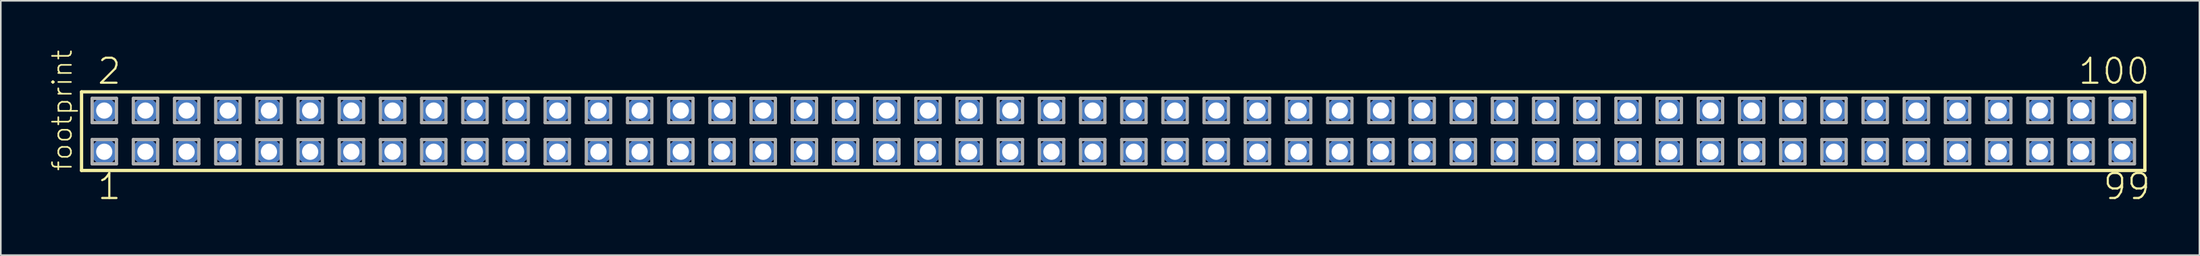
<source format=kicad_pcb>
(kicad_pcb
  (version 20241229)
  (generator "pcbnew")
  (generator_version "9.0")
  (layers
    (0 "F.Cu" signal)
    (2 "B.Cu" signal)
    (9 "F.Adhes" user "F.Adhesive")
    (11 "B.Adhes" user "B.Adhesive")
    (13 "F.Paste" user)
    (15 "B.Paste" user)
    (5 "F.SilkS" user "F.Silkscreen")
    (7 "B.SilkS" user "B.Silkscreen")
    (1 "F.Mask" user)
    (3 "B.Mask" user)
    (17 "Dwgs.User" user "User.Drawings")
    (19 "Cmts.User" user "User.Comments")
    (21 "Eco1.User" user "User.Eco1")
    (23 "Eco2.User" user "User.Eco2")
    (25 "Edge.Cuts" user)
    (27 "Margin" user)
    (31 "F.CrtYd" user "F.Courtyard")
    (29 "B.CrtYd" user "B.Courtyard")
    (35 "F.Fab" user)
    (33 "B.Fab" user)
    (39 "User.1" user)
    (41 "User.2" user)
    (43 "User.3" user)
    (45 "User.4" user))
  (footprint "footprint"
    (layer "F.Cu")
    (at 65.608 5.042)
    (property "Reference" "footprint" (at -64.135 2.54 90) (layer "F.SilkS") (effects (font (size 1.168 1.168) (thickness 0.102)) (justify left bottom)))
    (fp_line (start -63.629 -2.425) (end 63.629 -2.425) (stroke (width 0.203) (type solid)) (layer "F.SilkS"))
    (fp_line (start -63.629 2.425) (end -63.629 -2.425) (stroke (width 0.203) (type solid)) (layer "F.SilkS"))
    (fp_line (start 63.629 -2.425) (end 63.629 2.425) (stroke (width 0.203) (type solid)) (layer "F.SilkS"))
    (fp_line (start 63.629 2.425) (end -63.629 2.425) (stroke (width 0.203) (type solid)) (layer "F.SilkS"))
    (fp_line (start -62.975 -2.025) (end -61.475 -2.025) (stroke (width 0.203) (type solid)) (layer "F.Fab"))
    (fp_line (start -62.975 -0.525) (end -62.975 -2.025) (stroke (width 0.203) (type solid)) (layer "F.Fab"))
    (fp_line (start -62.975 0.515) (end -61.475 0.515) (stroke (width 0.203) (type solid)) (layer "F.Fab"))
    (fp_line (start -62.975 2.015) (end -62.975 0.515) (stroke (width 0.203) (type solid)) (layer "F.Fab"))
    (fp_line (start -61.475 -2.025) (end -61.475 -0.525) (stroke (width 0.203) (type solid)) (layer "F.Fab"))
    (fp_line (start -61.475 -0.525) (end -62.975 -0.525) (stroke (width 0.203) (type solid)) (layer "F.Fab"))
    (fp_line (start -61.475 0.515) (end -61.475 2.015) (stroke (width 0.203) (type solid)) (layer "F.Fab"))
    (fp_line (start -61.475 2.015) (end -62.975 2.015) (stroke (width 0.203) (type solid)) (layer "F.Fab"))
    (fp_line (start -60.435 -2.025) (end -58.935 -2.025) (stroke (width 0.203) (type solid)) (layer "F.Fab"))
    (fp_line (start -60.435 -0.525) (end -60.435 -2.025) (stroke (width 0.203) (type solid)) (layer "F.Fab"))
    (fp_line (start -60.435 0.515) (end -58.935 0.515) (stroke (width 0.203) (type solid)) (layer "F.Fab"))
    (fp_line (start -60.435 2.015) (end -60.435 0.515) (stroke (width 0.203) (type solid)) (layer "F.Fab"))
    (fp_line (start -58.935 -2.025) (end -58.935 -0.525) (stroke (width 0.203) (type solid)) (layer "F.Fab"))
    (fp_line (start -58.935 -0.525) (end -60.435 -0.525) (stroke (width 0.203) (type solid)) (layer "F.Fab"))
    (fp_line (start -58.935 0.515) (end -58.935 2.015) (stroke (width 0.203) (type solid)) (layer "F.Fab"))
    (fp_line (start -58.935 2.015) (end -60.435 2.015) (stroke (width 0.203) (type solid)) (layer "F.Fab"))
    (fp_line (start -57.895 -2.025) (end -56.395 -2.025) (stroke (width 0.203) (type solid)) (layer "F.Fab"))
    (fp_line (start -57.895 -0.525) (end -57.895 -2.025) (stroke (width 0.203) (type solid)) (layer "F.Fab"))
    (fp_line (start -57.895 0.515) (end -56.395 0.515) (stroke (width 0.203) (type solid)) (layer "F.Fab"))
    (fp_line (start -57.895 2.015) (end -57.895 0.515) (stroke (width 0.203) (type solid)) (layer "F.Fab"))
    (fp_line (start -56.395 -2.025) (end -56.395 -0.525) (stroke (width 0.203) (type solid)) (layer "F.Fab"))
    (fp_line (start -56.395 -0.525) (end -57.895 -0.525) (stroke (width 0.203) (type solid)) (layer "F.Fab"))
    (fp_line (start -56.395 0.515) (end -56.395 2.015) (stroke (width 0.203) (type solid)) (layer "F.Fab"))
    (fp_line (start -56.395 2.015) (end -57.895 2.015) (stroke (width 0.203) (type solid)) (layer "F.Fab"))
    (fp_line (start -55.355 -2.025) (end -53.855 -2.025) (stroke (width 0.203) (type solid)) (layer "F.Fab"))
    (fp_line (start -55.355 -0.525) (end -55.355 -2.025) (stroke (width 0.203) (type solid)) (layer "F.Fab"))
    (fp_line (start -55.355 0.515) (end -53.855 0.515) (stroke (width 0.203) (type solid)) (layer "F.Fab"))
    (fp_line (start -55.355 2.015) (end -55.355 0.515) (stroke (width 0.203) (type solid)) (layer "F.Fab"))
    (fp_line (start -53.855 -2.025) (end -53.855 -0.525) (stroke (width 0.203) (type solid)) (layer "F.Fab"))
    (fp_line (start -53.855 -0.525) (end -55.355 -0.525) (stroke (width 0.203) (type solid)) (layer "F.Fab"))
    (fp_line (start -53.855 0.515) (end -53.855 2.015) (stroke (width 0.203) (type solid)) (layer "F.Fab"))
    (fp_line (start -53.855 2.015) (end -55.355 2.015) (stroke (width 0.203) (type solid)) (layer "F.Fab"))
    (fp_line (start -52.815 -2.025) (end -51.315 -2.025) (stroke (width 0.203) (type solid)) (layer "F.Fab"))
    (fp_line (start -52.815 -0.525) (end -52.815 -2.025) (stroke (width 0.203) (type solid)) (layer "F.Fab"))
    (fp_line (start -52.815 0.515) (end -51.315 0.515) (stroke (width 0.203) (type solid)) (layer "F.Fab"))
    (fp_line (start -52.815 2.015) (end -52.815 0.515) (stroke (width 0.203) (type solid)) (layer "F.Fab"))
    (fp_line (start -51.315 -2.025) (end -51.315 -0.525) (stroke (width 0.203) (type solid)) (layer "F.Fab"))
    (fp_line (start -51.315 -0.525) (end -52.815 -0.525) (stroke (width 0.203) (type solid)) (layer "F.Fab"))
    (fp_line (start -51.315 0.515) (end -51.315 2.015) (stroke (width 0.203) (type solid)) (layer "F.Fab"))
    (fp_line (start -51.315 2.015) (end -52.815 2.015) (stroke (width 0.203) (type solid)) (layer "F.Fab"))
    (fp_line (start -50.275 -2.025) (end -48.775 -2.025) (stroke (width 0.203) (type solid)) (layer "F.Fab"))
    (fp_line (start -50.275 -0.525) (end -50.275 -2.025) (stroke (width 0.203) (type solid)) (layer "F.Fab"))
    (fp_line (start -50.275 0.515) (end -48.775 0.515) (stroke (width 0.203) (type solid)) (layer "F.Fab"))
    (fp_line (start -50.275 2.015) (end -50.275 0.515) (stroke (width 0.203) (type solid)) (layer "F.Fab"))
    (fp_line (start -48.775 -2.025) (end -48.775 -0.525) (stroke (width 0.203) (type solid)) (layer "F.Fab"))
    (fp_line (start -48.775 -0.525) (end -50.275 -0.525) (stroke (width 0.203) (type solid)) (layer "F.Fab"))
    (fp_line (start -48.775 0.515) (end -48.775 2.015) (stroke (width 0.203) (type solid)) (layer "F.Fab"))
    (fp_line (start -48.775 2.015) (end -50.275 2.015) (stroke (width 0.203) (type solid)) (layer "F.Fab"))
    (fp_line (start -47.735 -2.025) (end -46.235 -2.025) (stroke (width 0.203) (type solid)) (layer "F.Fab"))
    (fp_line (start -47.735 -0.525) (end -47.735 -2.025) (stroke (width 0.203) (type solid)) (layer "F.Fab"))
    (fp_line (start -47.735 0.515) (end -46.235 0.515) (stroke (width 0.203) (type solid)) (layer "F.Fab"))
    (fp_line (start -47.735 2.015) (end -47.735 0.515) (stroke (width 0.203) (type solid)) (layer "F.Fab"))
    (fp_line (start -46.235 -2.025) (end -46.235 -0.525) (stroke (width 0.203) (type solid)) (layer "F.Fab"))
    (fp_line (start -46.235 -0.525) (end -47.735 -0.525) (stroke (width 0.203) (type solid)) (layer "F.Fab"))
    (fp_line (start -46.235 0.515) (end -46.235 2.015) (stroke (width 0.203) (type solid)) (layer "F.Fab"))
    (fp_line (start -46.235 2.015) (end -47.735 2.015) (stroke (width 0.203) (type solid)) (layer "F.Fab"))
    (fp_line (start -45.195 -2.025) (end -43.695 -2.025) (stroke (width 0.203) (type solid)) (layer "F.Fab"))
    (fp_line (start -45.195 -0.525) (end -45.195 -2.025) (stroke (width 0.203) (type solid)) (layer "F.Fab"))
    (fp_line (start -45.195 0.515) (end -43.695 0.515) (stroke (width 0.203) (type solid)) (layer "F.Fab"))
    (fp_line (start -45.195 2.015) (end -45.195 0.515) (stroke (width 0.203) (type solid)) (layer "F.Fab"))
    (fp_line (start -43.695 -2.025) (end -43.695 -0.525) (stroke (width 0.203) (type solid)) (layer "F.Fab"))
    (fp_line (start -43.695 -0.525) (end -45.195 -0.525) (stroke (width 0.203) (type solid)) (layer "F.Fab"))
    (fp_line (start -43.695 0.515) (end -43.695 2.015) (stroke (width 0.203) (type solid)) (layer "F.Fab"))
    (fp_line (start -43.695 2.015) (end -45.195 2.015) (stroke (width 0.203) (type solid)) (layer "F.Fab"))
    (fp_line (start -42.655 -2.025) (end -41.155 -2.025) (stroke (width 0.203) (type solid)) (layer "F.Fab"))
    (fp_line (start -42.655 -0.525) (end -42.655 -2.025) (stroke (width 0.203) (type solid)) (layer "F.Fab"))
    (fp_line (start -42.655 0.515) (end -41.155 0.515) (stroke (width 0.203) (type solid)) (layer "F.Fab"))
    (fp_line (start -42.655 2.015) (end -42.655 0.515) (stroke (width 0.203) (type solid)) (layer "F.Fab"))
    (fp_line (start -41.155 -2.025) (end -41.155 -0.525) (stroke (width 0.203) (type solid)) (layer "F.Fab"))
    (fp_line (start -41.155 -0.525) (end -42.655 -0.525) (stroke (width 0.203) (type solid)) (layer "F.Fab"))
    (fp_line (start -41.155 0.515) (end -41.155 2.015) (stroke (width 0.203) (type solid)) (layer "F.Fab"))
    (fp_line (start -41.155 2.015) (end -42.655 2.015) (stroke (width 0.203) (type solid)) (layer "F.Fab"))
    (fp_line (start -40.115 -2.025) (end -38.615 -2.025) (stroke (width 0.203) (type solid)) (layer "F.Fab"))
    (fp_line (start -40.115 -0.525) (end -40.115 -2.025) (stroke (width 0.203) (type solid)) (layer "F.Fab"))
    (fp_line (start -40.115 0.515) (end -38.615 0.515) (stroke (width 0.203) (type solid)) (layer "F.Fab"))
    (fp_line (start -40.115 2.015) (end -40.115 0.515) (stroke (width 0.203) (type solid)) (layer "F.Fab"))
    (fp_line (start -38.615 -2.025) (end -38.615 -0.525) (stroke (width 0.203) (type solid)) (layer "F.Fab"))
    (fp_line (start -38.615 -0.525) (end -40.115 -0.525) (stroke (width 0.203) (type solid)) (layer "F.Fab"))
    (fp_line (start -38.615 0.515) (end -38.615 2.015) (stroke (width 0.203) (type solid)) (layer "F.Fab"))
    (fp_line (start -38.615 2.015) (end -40.115 2.015) (stroke (width 0.203) (type solid)) (layer "F.Fab"))
    (fp_line (start -37.575 -2.025) (end -36.075 -2.025) (stroke (width 0.203) (type solid)) (layer "F.Fab"))
    (fp_line (start -37.575 -0.525) (end -37.575 -2.025) (stroke (width 0.203) (type solid)) (layer "F.Fab"))
    (fp_line (start -37.575 0.515) (end -36.075 0.515) (stroke (width 0.203) (type solid)) (layer "F.Fab"))
    (fp_line (start -37.575 2.015) (end -37.575 0.515) (stroke (width 0.203) (type solid)) (layer "F.Fab"))
    (fp_line (start -36.075 -2.025) (end -36.075 -0.525) (stroke (width 0.203) (type solid)) (layer "F.Fab"))
    (fp_line (start -36.075 -0.525) (end -37.575 -0.525) (stroke (width 0.203) (type solid)) (layer "F.Fab"))
    (fp_line (start -36.075 0.515) (end -36.075 2.015) (stroke (width 0.203) (type solid)) (layer "F.Fab"))
    (fp_line (start -36.075 2.015) (end -37.575 2.015) (stroke (width 0.203) (type solid)) (layer "F.Fab"))
    (fp_line (start -35.035 -2.025) (end -33.535 -2.025) (stroke (width 0.203) (type solid)) (layer "F.Fab"))
    (fp_line (start -35.035 -0.525) (end -35.035 -2.025) (stroke (width 0.203) (type solid)) (layer "F.Fab"))
    (fp_line (start -35.035 0.515) (end -33.535 0.515) (stroke (width 0.203) (type solid)) (layer "F.Fab"))
    (fp_line (start -35.035 2.015) (end -35.035 0.515) (stroke (width 0.203) (type solid)) (layer "F.Fab"))
    (fp_line (start -33.535 -2.025) (end -33.535 -0.525) (stroke (width 0.203) (type solid)) (layer "F.Fab"))
    (fp_line (start -33.535 -0.525) (end -35.035 -0.525) (stroke (width 0.203) (type solid)) (layer "F.Fab"))
    (fp_line (start -33.535 0.515) (end -33.535 2.015) (stroke (width 0.203) (type solid)) (layer "F.Fab"))
    (fp_line (start -33.535 2.015) (end -35.035 2.015) (stroke (width 0.203) (type solid)) (layer "F.Fab"))
    (fp_line (start -32.495 -2.025) (end -30.995 -2.025) (stroke (width 0.203) (type solid)) (layer "F.Fab"))
    (fp_line (start -32.495 -0.525) (end -32.495 -2.025) (stroke (width 0.203) (type solid)) (layer "F.Fab"))
    (fp_line (start -32.495 0.515) (end -30.995 0.515) (stroke (width 0.203) (type solid)) (layer "F.Fab"))
    (fp_line (start -32.495 2.015) (end -32.495 0.515) (stroke (width 0.203) (type solid)) (layer "F.Fab"))
    (fp_line (start -30.995 -2.025) (end -30.995 -0.525) (stroke (width 0.203) (type solid)) (layer "F.Fab"))
    (fp_line (start -30.995 -0.525) (end -32.495 -0.525) (stroke (width 0.203) (type solid)) (layer "F.Fab"))
    (fp_line (start -30.995 0.515) (end -30.995 2.015) (stroke (width 0.203) (type solid)) (layer "F.Fab"))
    (fp_line (start -30.995 2.015) (end -32.495 2.015) (stroke (width 0.203) (type solid)) (layer "F.Fab"))
    (fp_line (start -29.955 -2.025) (end -28.455 -2.025) (stroke (width 0.203) (type solid)) (layer "F.Fab"))
    (fp_line (start -29.955 -0.525) (end -29.955 -2.025) (stroke (width 0.203) (type solid)) (layer "F.Fab"))
    (fp_line (start -29.955 0.515) (end -28.455 0.515) (stroke (width 0.203) (type solid)) (layer "F.Fab"))
    (fp_line (start -29.955 2.015) (end -29.955 0.515) (stroke (width 0.203) (type solid)) (layer "F.Fab"))
    (fp_line (start -28.455 -2.025) (end -28.455 -0.525) (stroke (width 0.203) (type solid)) (layer "F.Fab"))
    (fp_line (start -28.455 -0.525) (end -29.955 -0.525) (stroke (width 0.203) (type solid)) (layer "F.Fab"))
    (fp_line (start -28.455 0.515) (end -28.455 2.015) (stroke (width 0.203) (type solid)) (layer "F.Fab"))
    (fp_line (start -28.455 2.015) (end -29.955 2.015) (stroke (width 0.203) (type solid)) (layer "F.Fab"))
    (fp_line (start -27.415 -2.025) (end -25.915 -2.025) (stroke (width 0.203) (type solid)) (layer "F.Fab"))
    (fp_line (start -27.415 -0.525) (end -27.415 -2.025) (stroke (width 0.203) (type solid)) (layer "F.Fab"))
    (fp_line (start -27.415 0.515) (end -25.915 0.515) (stroke (width 0.203) (type solid)) (layer "F.Fab"))
    (fp_line (start -27.415 2.015) (end -27.415 0.515) (stroke (width 0.203) (type solid)) (layer "F.Fab"))
    (fp_line (start -25.915 -2.025) (end -25.915 -0.525) (stroke (width 0.203) (type solid)) (layer "F.Fab"))
    (fp_line (start -25.915 -0.525) (end -27.415 -0.525) (stroke (width 0.203) (type solid)) (layer "F.Fab"))
    (fp_line (start -25.915 0.515) (end -25.915 2.015) (stroke (width 0.203) (type solid)) (layer "F.Fab"))
    (fp_line (start -25.915 2.015) (end -27.415 2.015) (stroke (width 0.203) (type solid)) (layer "F.Fab"))
    (fp_line (start -24.875 -2.025) (end -23.375 -2.025) (stroke (width 0.203) (type solid)) (layer "F.Fab"))
    (fp_line (start -24.875 -0.525) (end -24.875 -2.025) (stroke (width 0.203) (type solid)) (layer "F.Fab"))
    (fp_line (start -24.875 0.515) (end -23.375 0.515) (stroke (width 0.203) (type solid)) (layer "F.Fab"))
    (fp_line (start -24.875 2.015) (end -24.875 0.515) (stroke (width 0.203) (type solid)) (layer "F.Fab"))
    (fp_line (start -23.375 -2.025) (end -23.375 -0.525) (stroke (width 0.203) (type solid)) (layer "F.Fab"))
    (fp_line (start -23.375 -0.525) (end -24.875 -0.525) (stroke (width 0.203) (type solid)) (layer "F.Fab"))
    (fp_line (start -23.375 0.515) (end -23.375 2.015) (stroke (width 0.203) (type solid)) (layer "F.Fab"))
    (fp_line (start -23.375 2.015) (end -24.875 2.015) (stroke (width 0.203) (type solid)) (layer "F.Fab"))
    (fp_line (start -22.335 -2.025) (end -20.835 -2.025) (stroke (width 0.203) (type solid)) (layer "F.Fab"))
    (fp_line (start -22.335 -0.525) (end -22.335 -2.025) (stroke (width 0.203) (type solid)) (layer "F.Fab"))
    (fp_line (start -22.335 0.515) (end -20.835 0.515) (stroke (width 0.203) (type solid)) (layer "F.Fab"))
    (fp_line (start -22.335 2.015) (end -22.335 0.515) (stroke (width 0.203) (type solid)) (layer "F.Fab"))
    (fp_line (start -20.835 -2.025) (end -20.835 -0.525) (stroke (width 0.203) (type solid)) (layer "F.Fab"))
    (fp_line (start -20.835 -0.525) (end -22.335 -0.525) (stroke (width 0.203) (type solid)) (layer "F.Fab"))
    (fp_line (start -20.835 0.515) (end -20.835 2.015) (stroke (width 0.203) (type solid)) (layer "F.Fab"))
    (fp_line (start -20.835 2.015) (end -22.335 2.015) (stroke (width 0.203) (type solid)) (layer "F.Fab"))
    (fp_line (start -19.795 -2.025) (end -18.295 -2.025) (stroke (width 0.203) (type solid)) (layer "F.Fab"))
    (fp_line (start -19.795 -0.525) (end -19.795 -2.025) (stroke (width 0.203) (type solid)) (layer "F.Fab"))
    (fp_line (start -19.795 0.515) (end -18.295 0.515) (stroke (width 0.203) (type solid)) (layer "F.Fab"))
    (fp_line (start -19.795 2.015) (end -19.795 0.515) (stroke (width 0.203) (type solid)) (layer "F.Fab"))
    (fp_line (start -18.295 -2.025) (end -18.295 -0.525) (stroke (width 0.203) (type solid)) (layer "F.Fab"))
    (fp_line (start -18.295 -0.525) (end -19.795 -0.525) (stroke (width 0.203) (type solid)) (layer "F.Fab"))
    (fp_line (start -18.295 0.515) (end -18.295 2.015) (stroke (width 0.203) (type solid)) (layer "F.Fab"))
    (fp_line (start -18.295 2.015) (end -19.795 2.015) (stroke (width 0.203) (type solid)) (layer "F.Fab"))
    (fp_line (start -17.255 -2.025) (end -15.755 -2.025) (stroke (width 0.203) (type solid)) (layer "F.Fab"))
    (fp_line (start -17.255 -0.525) (end -17.255 -2.025) (stroke (width 0.203) (type solid)) (layer "F.Fab"))
    (fp_line (start -17.255 0.515) (end -15.755 0.515) (stroke (width 0.203) (type solid)) (layer "F.Fab"))
    (fp_line (start -17.255 2.015) (end -17.255 0.515) (stroke (width 0.203) (type solid)) (layer "F.Fab"))
    (fp_line (start -15.755 -2.025) (end -15.755 -0.525) (stroke (width 0.203) (type solid)) (layer "F.Fab"))
    (fp_line (start -15.755 -0.525) (end -17.255 -0.525) (stroke (width 0.203) (type solid)) (layer "F.Fab"))
    (fp_line (start -15.755 0.515) (end -15.755 2.015) (stroke (width 0.203) (type solid)) (layer "F.Fab"))
    (fp_line (start -15.755 2.015) (end -17.255 2.015) (stroke (width 0.203) (type solid)) (layer "F.Fab"))
    (fp_line (start -14.715 -2.025) (end -13.215 -2.025) (stroke (width 0.203) (type solid)) (layer "F.Fab"))
    (fp_line (start -14.715 -0.525) (end -14.715 -2.025) (stroke (width 0.203) (type solid)) (layer "F.Fab"))
    (fp_line (start -14.715 0.515) (end -13.215 0.515) (stroke (width 0.203) (type solid)) (layer "F.Fab"))
    (fp_line (start -14.715 2.015) (end -14.715 0.515) (stroke (width 0.203) (type solid)) (layer "F.Fab"))
    (fp_line (start -13.215 -2.025) (end -13.215 -0.525) (stroke (width 0.203) (type solid)) (layer "F.Fab"))
    (fp_line (start -13.215 -0.525) (end -14.715 -0.525) (stroke (width 0.203) (type solid)) (layer "F.Fab"))
    (fp_line (start -13.215 0.515) (end -13.215 2.015) (stroke (width 0.203) (type solid)) (layer "F.Fab"))
    (fp_line (start -13.215 2.015) (end -14.715 2.015) (stroke (width 0.203) (type solid)) (layer "F.Fab"))
    (fp_line (start -12.175 -2.025) (end -10.675 -2.025) (stroke (width 0.203) (type solid)) (layer "F.Fab"))
    (fp_line (start -12.175 -0.525) (end -12.175 -2.025) (stroke (width 0.203) (type solid)) (layer "F.Fab"))
    (fp_line (start -12.175 0.515) (end -10.675 0.515) (stroke (width 0.203) (type solid)) (layer "F.Fab"))
    (fp_line (start -12.175 2.015) (end -12.175 0.515) (stroke (width 0.203) (type solid)) (layer "F.Fab"))
    (fp_line (start -10.675 -2.025) (end -10.675 -0.525) (stroke (width 0.203) (type solid)) (layer "F.Fab"))
    (fp_line (start -10.675 -0.525) (end -12.175 -0.525) (stroke (width 0.203) (type solid)) (layer "F.Fab"))
    (fp_line (start -10.675 0.515) (end -10.675 2.015) (stroke (width 0.203) (type solid)) (layer "F.Fab"))
    (fp_line (start -10.675 2.015) (end -12.175 2.015) (stroke (width 0.203) (type solid)) (layer "F.Fab"))
    (fp_line (start -9.635 -2.025) (end -8.135 -2.025) (stroke (width 0.203) (type solid)) (layer "F.Fab"))
    (fp_line (start -9.635 -0.525) (end -9.635 -2.025) (stroke (width 0.203) (type solid)) (layer "F.Fab"))
    (fp_line (start -9.635 0.515) (end -8.135 0.515) (stroke (width 0.203) (type solid)) (layer "F.Fab"))
    (fp_line (start -9.635 2.015) (end -9.635 0.515) (stroke (width 0.203) (type solid)) (layer "F.Fab"))
    (fp_line (start -8.135 -2.025) (end -8.135 -0.525) (stroke (width 0.203) (type solid)) (layer "F.Fab"))
    (fp_line (start -8.135 -0.525) (end -9.635 -0.525) (stroke (width 0.203) (type solid)) (layer "F.Fab"))
    (fp_line (start -8.135 0.515) (end -8.135 2.015) (stroke (width 0.203) (type solid)) (layer "F.Fab"))
    (fp_line (start -8.135 2.015) (end -9.635 2.015) (stroke (width 0.203) (type solid)) (layer "F.Fab"))
    (fp_line (start -7.095 -2.025) (end -5.595 -2.025) (stroke (width 0.203) (type solid)) (layer "F.Fab"))
    (fp_line (start -7.095 -0.525) (end -7.095 -2.025) (stroke (width 0.203) (type solid)) (layer "F.Fab"))
    (fp_line (start -7.095 0.515) (end -5.595 0.515) (stroke (width 0.203) (type solid)) (layer "F.Fab"))
    (fp_line (start -7.095 2.015) (end -7.095 0.515) (stroke (width 0.203) (type solid)) (layer "F.Fab"))
    (fp_line (start -5.595 -2.025) (end -5.595 -0.525) (stroke (width 0.203) (type solid)) (layer "F.Fab"))
    (fp_line (start -5.595 -0.525) (end -7.095 -0.525) (stroke (width 0.203) (type solid)) (layer "F.Fab"))
    (fp_line (start -5.595 0.515) (end -5.595 2.015) (stroke (width 0.203) (type solid)) (layer "F.Fab"))
    (fp_line (start -5.595 2.015) (end -7.095 2.015) (stroke (width 0.203) (type solid)) (layer "F.Fab"))
    (fp_line (start -4.555 -2.025) (end -3.055 -2.025) (stroke (width 0.203) (type solid)) (layer "F.Fab"))
    (fp_line (start -4.555 -0.525) (end -4.555 -2.025) (stroke (width 0.203) (type solid)) (layer "F.Fab"))
    (fp_line (start -4.555 0.515) (end -3.055 0.515) (stroke (width 0.203) (type solid)) (layer "F.Fab"))
    (fp_line (start -4.555 2.015) (end -4.555 0.515) (stroke (width 0.203) (type solid)) (layer "F.Fab"))
    (fp_line (start -3.055 -2.025) (end -3.055 -0.525) (stroke (width 0.203) (type solid)) (layer "F.Fab"))
    (fp_line (start -3.055 -0.525) (end -4.555 -0.525) (stroke (width 0.203) (type solid)) (layer "F.Fab"))
    (fp_line (start -3.055 0.515) (end -3.055 2.015) (stroke (width 0.203) (type solid)) (layer "F.Fab"))
    (fp_line (start -3.055 2.015) (end -4.555 2.015) (stroke (width 0.203) (type solid)) (layer "F.Fab"))
    (fp_line (start -2.015 -2.025) (end -0.515 -2.025) (stroke (width 0.203) (type solid)) (layer "F.Fab"))
    (fp_line (start -2.015 -0.525) (end -2.015 -2.025) (stroke (width 0.203) (type solid)) (layer "F.Fab"))
    (fp_line (start -2.015 0.515) (end -0.515 0.515) (stroke (width 0.203) (type solid)) (layer "F.Fab"))
    (fp_line (start -2.015 2.015) (end -2.015 0.515) (stroke (width 0.203) (type solid)) (layer "F.Fab"))
    (fp_line (start -0.515 -2.025) (end -0.515 -0.525) (stroke (width 0.203) (type solid)) (layer "F.Fab"))
    (fp_line (start -0.515 -0.525) (end -2.015 -0.525) (stroke (width 0.203) (type solid)) (layer "F.Fab"))
    (fp_line (start -0.515 0.515) (end -0.515 2.015) (stroke (width 0.203) (type solid)) (layer "F.Fab"))
    (fp_line (start -0.515 2.015) (end -2.015 2.015) (stroke (width 0.203) (type solid)) (layer "F.Fab"))
    (fp_line (start 0.525 -2.025) (end 2.025 -2.025) (stroke (width 0.203) (type solid)) (layer "F.Fab"))
    (fp_line (start 0.525 -0.525) (end 0.525 -2.025) (stroke (width 0.203) (type solid)) (layer "F.Fab"))
    (fp_line (start 0.525 0.515) (end 2.025 0.515) (stroke (width 0.203) (type solid)) (layer "F.Fab"))
    (fp_line (start 0.525 2.015) (end 0.525 0.515) (stroke (width 0.203) (type solid)) (layer "F.Fab"))
    (fp_line (start 2.025 -2.025) (end 2.025 -0.525) (stroke (width 0.203) (type solid)) (layer "F.Fab"))
    (fp_line (start 2.025 -0.525) (end 0.525 -0.525) (stroke (width 0.203) (type solid)) (layer "F.Fab"))
    (fp_line (start 2.025 0.515) (end 2.025 2.015) (stroke (width 0.203) (type solid)) (layer "F.Fab"))
    (fp_line (start 2.025 2.015) (end 0.525 2.015) (stroke (width 0.203) (type solid)) (layer "F.Fab"))
    (fp_line (start 3.065 -2.025) (end 4.565 -2.025) (stroke (width 0.203) (type solid)) (layer "F.Fab"))
    (fp_line (start 3.065 -0.525) (end 3.065 -2.025) (stroke (width 0.203) (type solid)) (layer "F.Fab"))
    (fp_line (start 3.065 0.515) (end 4.565 0.515) (stroke (width 0.203) (type solid)) (layer "F.Fab"))
    (fp_line (start 3.065 2.015) (end 3.065 0.515) (stroke (width 0.203) (type solid)) (layer "F.Fab"))
    (fp_line (start 4.565 -2.025) (end 4.565 -0.525) (stroke (width 0.203) (type solid)) (layer "F.Fab"))
    (fp_line (start 4.565 -0.525) (end 3.065 -0.525) (stroke (width 0.203) (type solid)) (layer "F.Fab"))
    (fp_line (start 4.565 0.515) (end 4.565 2.015) (stroke (width 0.203) (type solid)) (layer "F.Fab"))
    (fp_line (start 4.565 2.015) (end 3.065 2.015) (stroke (width 0.203) (type solid)) (layer "F.Fab"))
    (fp_line (start 5.605 -2.025) (end 7.105 -2.025) (stroke (width 0.203) (type solid)) (layer "F.Fab"))
    (fp_line (start 5.605 -0.525) (end 5.605 -2.025) (stroke (width 0.203) (type solid)) (layer "F.Fab"))
    (fp_line (start 5.605 0.515) (end 7.105 0.515) (stroke (width 0.203) (type solid)) (layer "F.Fab"))
    (fp_line (start 5.605 2.015) (end 5.605 0.515) (stroke (width 0.203) (type solid)) (layer "F.Fab"))
    (fp_line (start 7.105 -2.025) (end 7.105 -0.525) (stroke (width 0.203) (type solid)) (layer "F.Fab"))
    (fp_line (start 7.105 -0.525) (end 5.605 -0.525) (stroke (width 0.203) (type solid)) (layer "F.Fab"))
    (fp_line (start 7.105 0.515) (end 7.105 2.015) (stroke (width 0.203) (type solid)) (layer "F.Fab"))
    (fp_line (start 7.105 2.015) (end 5.605 2.015) (stroke (width 0.203) (type solid)) (layer "F.Fab"))
    (fp_line (start 8.145 -2.025) (end 9.645 -2.025) (stroke (width 0.203) (type solid)) (layer "F.Fab"))
    (fp_line (start 8.145 -0.525) (end 8.145 -2.025) (stroke (width 0.203) (type solid)) (layer "F.Fab"))
    (fp_line (start 8.145 0.515) (end 9.645 0.515) (stroke (width 0.203) (type solid)) (layer "F.Fab"))
    (fp_line (start 8.145 2.015) (end 8.145 0.515) (stroke (width 0.203) (type solid)) (layer "F.Fab"))
    (fp_line (start 9.645 -2.025) (end 9.645 -0.525) (stroke (width 0.203) (type solid)) (layer "F.Fab"))
    (fp_line (start 9.645 -0.525) (end 8.145 -0.525) (stroke (width 0.203) (type solid)) (layer "F.Fab"))
    (fp_line (start 9.645 0.515) (end 9.645 2.015) (stroke (width 0.203) (type solid)) (layer "F.Fab"))
    (fp_line (start 9.645 2.015) (end 8.145 2.015) (stroke (width 0.203) (type solid)) (layer "F.Fab"))
    (fp_line (start 10.685 -2.025) (end 12.185 -2.025) (stroke (width 0.203) (type solid)) (layer "F.Fab"))
    (fp_line (start 10.685 -0.525) (end 10.685 -2.025) (stroke (width 0.203) (type solid)) (layer "F.Fab"))
    (fp_line (start 10.685 0.515) (end 12.185 0.515) (stroke (width 0.203) (type solid)) (layer "F.Fab"))
    (fp_line (start 10.685 2.015) (end 10.685 0.515) (stroke (width 0.203) (type solid)) (layer "F.Fab"))
    (fp_line (start 12.185 -2.025) (end 12.185 -0.525) (stroke (width 0.203) (type solid)) (layer "F.Fab"))
    (fp_line (start 12.185 -0.525) (end 10.685 -0.525) (stroke (width 0.203) (type solid)) (layer "F.Fab"))
    (fp_line (start 12.185 0.515) (end 12.185 2.015) (stroke (width 0.203) (type solid)) (layer "F.Fab"))
    (fp_line (start 12.185 2.015) (end 10.685 2.015) (stroke (width 0.203) (type solid)) (layer "F.Fab"))
    (fp_line (start 13.225 -2.025) (end 14.725 -2.025) (stroke (width 0.203) (type solid)) (layer "F.Fab"))
    (fp_line (start 13.225 -0.525) (end 13.225 -2.025) (stroke (width 0.203) (type solid)) (layer "F.Fab"))
    (fp_line (start 13.225 0.515) (end 14.725 0.515) (stroke (width 0.203) (type solid)) (layer "F.Fab"))
    (fp_line (start 13.225 2.015) (end 13.225 0.515) (stroke (width 0.203) (type solid)) (layer "F.Fab"))
    (fp_line (start 14.725 -2.025) (end 14.725 -0.525) (stroke (width 0.203) (type solid)) (layer "F.Fab"))
    (fp_line (start 14.725 -0.525) (end 13.225 -0.525) (stroke (width 0.203) (type solid)) (layer "F.Fab"))
    (fp_line (start 14.725 0.515) (end 14.725 2.015) (stroke (width 0.203) (type solid)) (layer "F.Fab"))
    (fp_line (start 14.725 2.015) (end 13.225 2.015) (stroke (width 0.203) (type solid)) (layer "F.Fab"))
    (fp_line (start 15.765 -2.025) (end 17.265 -2.025) (stroke (width 0.203) (type solid)) (layer "F.Fab"))
    (fp_line (start 15.765 -0.525) (end 15.765 -2.025) (stroke (width 0.203) (type solid)) (layer "F.Fab"))
    (fp_line (start 15.765 0.515) (end 17.265 0.515) (stroke (width 0.203) (type solid)) (layer "F.Fab"))
    (fp_line (start 15.765 2.015) (end 15.765 0.515) (stroke (width 0.203) (type solid)) (layer "F.Fab"))
    (fp_line (start 17.265 -2.025) (end 17.265 -0.525) (stroke (width 0.203) (type solid)) (layer "F.Fab"))
    (fp_line (start 17.265 -0.525) (end 15.765 -0.525) (stroke (width 0.203) (type solid)) (layer "F.Fab"))
    (fp_line (start 17.265 0.515) (end 17.265 2.015) (stroke (width 0.203) (type solid)) (layer "F.Fab"))
    (fp_line (start 17.265 2.015) (end 15.765 2.015) (stroke (width 0.203) (type solid)) (layer "F.Fab"))
    (fp_line (start 18.305 -2.025) (end 19.805 -2.025) (stroke (width 0.203) (type solid)) (layer "F.Fab"))
    (fp_line (start 18.305 -0.525) (end 18.305 -2.025) (stroke (width 0.203) (type solid)) (layer "F.Fab"))
    (fp_line (start 18.305 0.515) (end 19.805 0.515) (stroke (width 0.203) (type solid)) (layer "F.Fab"))
    (fp_line (start 18.305 2.015) (end 18.305 0.515) (stroke (width 0.203) (type solid)) (layer "F.Fab"))
    (fp_line (start 19.805 -2.025) (end 19.805 -0.525) (stroke (width 0.203) (type solid)) (layer "F.Fab"))
    (fp_line (start 19.805 -0.525) (end 18.305 -0.525) (stroke (width 0.203) (type solid)) (layer "F.Fab"))
    (fp_line (start 19.805 0.515) (end 19.805 2.015) (stroke (width 0.203) (type solid)) (layer "F.Fab"))
    (fp_line (start 19.805 2.015) (end 18.305 2.015) (stroke (width 0.203) (type solid)) (layer "F.Fab"))
    (fp_line (start 20.845 -2.025) (end 22.345 -2.025) (stroke (width 0.203) (type solid)) (layer "F.Fab"))
    (fp_line (start 20.845 -0.525) (end 20.845 -2.025) (stroke (width 0.203) (type solid)) (layer "F.Fab"))
    (fp_line (start 20.845 0.515) (end 22.345 0.515) (stroke (width 0.203) (type solid)) (layer "F.Fab"))
    (fp_line (start 20.845 2.015) (end 20.845 0.515) (stroke (width 0.203) (type solid)) (layer "F.Fab"))
    (fp_line (start 22.345 -2.025) (end 22.345 -0.525) (stroke (width 0.203) (type solid)) (layer "F.Fab"))
    (fp_line (start 22.345 -0.525) (end 20.845 -0.525) (stroke (width 0.203) (type solid)) (layer "F.Fab"))
    (fp_line (start 22.345 0.515) (end 22.345 2.015) (stroke (width 0.203) (type solid)) (layer "F.Fab"))
    (fp_line (start 22.345 2.015) (end 20.845 2.015) (stroke (width 0.203) (type solid)) (layer "F.Fab"))
    (fp_line (start 23.385 -2.025) (end 24.885 -2.025) (stroke (width 0.203) (type solid)) (layer "F.Fab"))
    (fp_line (start 23.385 -0.525) (end 23.385 -2.025) (stroke (width 0.203) (type solid)) (layer "F.Fab"))
    (fp_line (start 23.385 0.515) (end 24.885 0.515) (stroke (width 0.203) (type solid)) (layer "F.Fab"))
    (fp_line (start 23.385 2.015) (end 23.385 0.515) (stroke (width 0.203) (type solid)) (layer "F.Fab"))
    (fp_line (start 24.885 -2.025) (end 24.885 -0.525) (stroke (width 0.203) (type solid)) (layer "F.Fab"))
    (fp_line (start 24.885 -0.525) (end 23.385 -0.525) (stroke (width 0.203) (type solid)) (layer "F.Fab"))
    (fp_line (start 24.885 0.515) (end 24.885 2.015) (stroke (width 0.203) (type solid)) (layer "F.Fab"))
    (fp_line (start 24.885 2.015) (end 23.385 2.015) (stroke (width 0.203) (type solid)) (layer "F.Fab"))
    (fp_line (start 25.925 -2.025) (end 27.425 -2.025) (stroke (width 0.203) (type solid)) (layer "F.Fab"))
    (fp_line (start 25.925 -0.525) (end 25.925 -2.025) (stroke (width 0.203) (type solid)) (layer "F.Fab"))
    (fp_line (start 25.925 0.515) (end 27.425 0.515) (stroke (width 0.203) (type solid)) (layer "F.Fab"))
    (fp_line (start 25.925 2.015) (end 25.925 0.515) (stroke (width 0.203) (type solid)) (layer "F.Fab"))
    (fp_line (start 27.425 -2.025) (end 27.425 -0.525) (stroke (width 0.203) (type solid)) (layer "F.Fab"))
    (fp_line (start 27.425 -0.525) (end 25.925 -0.525) (stroke (width 0.203) (type solid)) (layer "F.Fab"))
    (fp_line (start 27.425 0.515) (end 27.425 2.015) (stroke (width 0.203) (type solid)) (layer "F.Fab"))
    (fp_line (start 27.425 2.015) (end 25.925 2.015) (stroke (width 0.203) (type solid)) (layer "F.Fab"))
    (fp_line (start 28.465 -2.025) (end 29.965 -2.025) (stroke (width 0.203) (type solid)) (layer "F.Fab"))
    (fp_line (start 28.465 -0.525) (end 28.465 -2.025) (stroke (width 0.203) (type solid)) (layer "F.Fab"))
    (fp_line (start 28.465 0.515) (end 29.965 0.515) (stroke (width 0.203) (type solid)) (layer "F.Fab"))
    (fp_line (start 28.465 2.015) (end 28.465 0.515) (stroke (width 0.203) (type solid)) (layer "F.Fab"))
    (fp_line (start 29.965 -2.025) (end 29.965 -0.525) (stroke (width 0.203) (type solid)) (layer "F.Fab"))
    (fp_line (start 29.965 -0.525) (end 28.465 -0.525) (stroke (width 0.203) (type solid)) (layer "F.Fab"))
    (fp_line (start 29.965 0.515) (end 29.965 2.015) (stroke (width 0.203) (type solid)) (layer "F.Fab"))
    (fp_line (start 29.965 2.015) (end 28.465 2.015) (stroke (width 0.203) (type solid)) (layer "F.Fab"))
    (fp_line (start 31.005 -2.025) (end 32.505 -2.025) (stroke (width 0.203) (type solid)) (layer "F.Fab"))
    (fp_line (start 31.005 -0.525) (end 31.005 -2.025) (stroke (width 0.203) (type solid)) (layer "F.Fab"))
    (fp_line (start 31.005 0.515) (end 32.505 0.515) (stroke (width 0.203) (type solid)) (layer "F.Fab"))
    (fp_line (start 31.005 2.015) (end 31.005 0.515) (stroke (width 0.203) (type solid)) (layer "F.Fab"))
    (fp_line (start 32.505 -2.025) (end 32.505 -0.525) (stroke (width 0.203) (type solid)) (layer "F.Fab"))
    (fp_line (start 32.505 -0.525) (end 31.005 -0.525) (stroke (width 0.203) (type solid)) (layer "F.Fab"))
    (fp_line (start 32.505 0.515) (end 32.505 2.015) (stroke (width 0.203) (type solid)) (layer "F.Fab"))
    (fp_line (start 32.505 2.015) (end 31.005 2.015) (stroke (width 0.203) (type solid)) (layer "F.Fab"))
    (fp_line (start 33.545 -2.025) (end 35.045 -2.025) (stroke (width 0.203) (type solid)) (layer "F.Fab"))
    (fp_line (start 33.545 -0.525) (end 33.545 -2.025) (stroke (width 0.203) (type solid)) (layer "F.Fab"))
    (fp_line (start 33.545 0.515) (end 35.045 0.515) (stroke (width 0.203) (type solid)) (layer "F.Fab"))
    (fp_line (start 33.545 2.015) (end 33.545 0.515) (stroke (width 0.203) (type solid)) (layer "F.Fab"))
    (fp_line (start 35.045 -2.025) (end 35.045 -0.525) (stroke (width 0.203) (type solid)) (layer "F.Fab"))
    (fp_line (start 35.045 -0.525) (end 33.545 -0.525) (stroke (width 0.203) (type solid)) (layer "F.Fab"))
    (fp_line (start 35.045 0.515) (end 35.045 2.015) (stroke (width 0.203) (type solid)) (layer "F.Fab"))
    (fp_line (start 35.045 2.015) (end 33.545 2.015) (stroke (width 0.203) (type solid)) (layer "F.Fab"))
    (fp_line (start 36.085 -2.025) (end 37.585 -2.025) (stroke (width 0.203) (type solid)) (layer "F.Fab"))
    (fp_line (start 36.085 -0.525) (end 36.085 -2.025) (stroke (width 0.203) (type solid)) (layer "F.Fab"))
    (fp_line (start 36.085 0.515) (end 37.585 0.515) (stroke (width 0.203) (type solid)) (layer "F.Fab"))
    (fp_line (start 36.085 2.015) (end 36.085 0.515) (stroke (width 0.203) (type solid)) (layer "F.Fab"))
    (fp_line (start 37.585 -2.025) (end 37.585 -0.525) (stroke (width 0.203) (type solid)) (layer "F.Fab"))
    (fp_line (start 37.585 -0.525) (end 36.085 -0.525) (stroke (width 0.203) (type solid)) (layer "F.Fab"))
    (fp_line (start 37.585 0.515) (end 37.585 2.015) (stroke (width 0.203) (type solid)) (layer "F.Fab"))
    (fp_line (start 37.585 2.015) (end 36.085 2.015) (stroke (width 0.203) (type solid)) (layer "F.Fab"))
    (fp_line (start 38.625 -2.025) (end 40.125 -2.025) (stroke (width 0.203) (type solid)) (layer "F.Fab"))
    (fp_line (start 38.625 -0.525) (end 38.625 -2.025) (stroke (width 0.203) (type solid)) (layer "F.Fab"))
    (fp_line (start 38.625 0.515) (end 40.125 0.515) (stroke (width 0.203) (type solid)) (layer "F.Fab"))
    (fp_line (start 38.625 2.015) (end 38.625 0.515) (stroke (width 0.203) (type solid)) (layer "F.Fab"))
    (fp_line (start 40.125 -2.025) (end 40.125 -0.525) (stroke (width 0.203) (type solid)) (layer "F.Fab"))
    (fp_line (start 40.125 -0.525) (end 38.625 -0.525) (stroke (width 0.203) (type solid)) (layer "F.Fab"))
    (fp_line (start 40.125 0.515) (end 40.125 2.015) (stroke (width 0.203) (type solid)) (layer "F.Fab"))
    (fp_line (start 40.125 2.015) (end 38.625 2.015) (stroke (width 0.203) (type solid)) (layer "F.Fab"))
    (fp_line (start 41.165 -2.025) (end 42.665 -2.025) (stroke (width 0.203) (type solid)) (layer "F.Fab"))
    (fp_line (start 41.165 -0.525) (end 41.165 -2.025) (stroke (width 0.203) (type solid)) (layer "F.Fab"))
    (fp_line (start 41.165 0.515) (end 42.665 0.515) (stroke (width 0.203) (type solid)) (layer "F.Fab"))
    (fp_line (start 41.165 2.015) (end 41.165 0.515) (stroke (width 0.203) (type solid)) (layer "F.Fab"))
    (fp_line (start 42.665 -2.025) (end 42.665 -0.525) (stroke (width 0.203) (type solid)) (layer "F.Fab"))
    (fp_line (start 42.665 -0.525) (end 41.165 -0.525) (stroke (width 0.203) (type solid)) (layer "F.Fab"))
    (fp_line (start 42.665 0.515) (end 42.665 2.015) (stroke (width 0.203) (type solid)) (layer "F.Fab"))
    (fp_line (start 42.665 2.015) (end 41.165 2.015) (stroke (width 0.203) (type solid)) (layer "F.Fab"))
    (fp_line (start 43.705 -2.025) (end 45.205 -2.025) (stroke (width 0.203) (type solid)) (layer "F.Fab"))
    (fp_line (start 43.705 -0.525) (end 43.705 -2.025) (stroke (width 0.203) (type solid)) (layer "F.Fab"))
    (fp_line (start 43.705 0.515) (end 45.205 0.515) (stroke (width 0.203) (type solid)) (layer "F.Fab"))
    (fp_line (start 43.705 2.015) (end 43.705 0.515) (stroke (width 0.203) (type solid)) (layer "F.Fab"))
    (fp_line (start 45.205 -2.025) (end 45.205 -0.525) (stroke (width 0.203) (type solid)) (layer "F.Fab"))
    (fp_line (start 45.205 -0.525) (end 43.705 -0.525) (stroke (width 0.203) (type solid)) (layer "F.Fab"))
    (fp_line (start 45.205 0.515) (end 45.205 2.015) (stroke (width 0.203) (type solid)) (layer "F.Fab"))
    (fp_line (start 45.205 2.015) (end 43.705 2.015) (stroke (width 0.203) (type solid)) (layer "F.Fab"))
    (fp_line (start 46.245 -2.025) (end 47.745 -2.025) (stroke (width 0.203) (type solid)) (layer "F.Fab"))
    (fp_line (start 46.245 -0.525) (end 46.245 -2.025) (stroke (width 0.203) (type solid)) (layer "F.Fab"))
    (fp_line (start 46.245 0.515) (end 47.745 0.515) (stroke (width 0.203) (type solid)) (layer "F.Fab"))
    (fp_line (start 46.245 2.015) (end 46.245 0.515) (stroke (width 0.203) (type solid)) (layer "F.Fab"))
    (fp_line (start 47.745 -2.025) (end 47.745 -0.525) (stroke (width 0.203) (type solid)) (layer "F.Fab"))
    (fp_line (start 47.745 -0.525) (end 46.245 -0.525) (stroke (width 0.203) (type solid)) (layer "F.Fab"))
    (fp_line (start 47.745 0.515) (end 47.745 2.015) (stroke (width 0.203) (type solid)) (layer "F.Fab"))
    (fp_line (start 47.745 2.015) (end 46.245 2.015) (stroke (width 0.203) (type solid)) (layer "F.Fab"))
    (fp_line (start 48.785 -2.025) (end 50.285 -2.025) (stroke (width 0.203) (type solid)) (layer "F.Fab"))
    (fp_line (start 48.785 -0.525) (end 48.785 -2.025) (stroke (width 0.203) (type solid)) (layer "F.Fab"))
    (fp_line (start 48.785 0.515) (end 50.285 0.515) (stroke (width 0.203) (type solid)) (layer "F.Fab"))
    (fp_line (start 48.785 2.015) (end 48.785 0.515) (stroke (width 0.203) (type solid)) (layer "F.Fab"))
    (fp_line (start 50.285 -2.025) (end 50.285 -0.525) (stroke (width 0.203) (type solid)) (layer "F.Fab"))
    (fp_line (start 50.285 -0.525) (end 48.785 -0.525) (stroke (width 0.203) (type solid)) (layer "F.Fab"))
    (fp_line (start 50.285 0.515) (end 50.285 2.015) (stroke (width 0.203) (type solid)) (layer "F.Fab"))
    (fp_line (start 50.285 2.015) (end 48.785 2.015) (stroke (width 0.203) (type solid)) (layer "F.Fab"))
    (fp_line (start 51.325 -2.025) (end 52.825 -2.025) (stroke (width 0.203) (type solid)) (layer "F.Fab"))
    (fp_line (start 51.325 -0.525) (end 51.325 -2.025) (stroke (width 0.203) (type solid)) (layer "F.Fab"))
    (fp_line (start 51.325 0.515) (end 52.825 0.515) (stroke (width 0.203) (type solid)) (layer "F.Fab"))
    (fp_line (start 51.325 2.015) (end 51.325 0.515) (stroke (width 0.203) (type solid)) (layer "F.Fab"))
    (fp_line (start 52.825 -2.025) (end 52.825 -0.525) (stroke (width 0.203) (type solid)) (layer "F.Fab"))
    (fp_line (start 52.825 -0.525) (end 51.325 -0.525) (stroke (width 0.203) (type solid)) (layer "F.Fab"))
    (fp_line (start 52.825 0.515) (end 52.825 2.015) (stroke (width 0.203) (type solid)) (layer "F.Fab"))
    (fp_line (start 52.825 2.015) (end 51.325 2.015) (stroke (width 0.203) (type solid)) (layer "F.Fab"))
    (fp_line (start 53.865 -2.025) (end 55.365 -2.025) (stroke (width 0.203) (type solid)) (layer "F.Fab"))
    (fp_line (start 53.865 -0.525) (end 53.865 -2.025) (stroke (width 0.203) (type solid)) (layer "F.Fab"))
    (fp_line (start 53.865 0.515) (end 55.365 0.515) (stroke (width 0.203) (type solid)) (layer "F.Fab"))
    (fp_line (start 53.865 2.015) (end 53.865 0.515) (stroke (width 0.203) (type solid)) (layer "F.Fab"))
    (fp_line (start 55.365 -2.025) (end 55.365 -0.525) (stroke (width 0.203) (type solid)) (layer "F.Fab"))
    (fp_line (start 55.365 -0.525) (end 53.865 -0.525) (stroke (width 0.203) (type solid)) (layer "F.Fab"))
    (fp_line (start 55.365 0.515) (end 55.365 2.015) (stroke (width 0.203) (type solid)) (layer "F.Fab"))
    (fp_line (start 55.365 2.015) (end 53.865 2.015) (stroke (width 0.203) (type solid)) (layer "F.Fab"))
    (fp_line (start 56.405 -2.025) (end 57.905 -2.025) (stroke (width 0.203) (type solid)) (layer "F.Fab"))
    (fp_line (start 56.405 -0.525) (end 56.405 -2.025) (stroke (width 0.203) (type solid)) (layer "F.Fab"))
    (fp_line (start 56.405 0.515) (end 57.905 0.515) (stroke (width 0.203) (type solid)) (layer "F.Fab"))
    (fp_line (start 56.405 2.015) (end 56.405 0.515) (stroke (width 0.203) (type solid)) (layer "F.Fab"))
    (fp_line (start 57.905 -2.025) (end 57.905 -0.525) (stroke (width 0.203) (type solid)) (layer "F.Fab"))
    (fp_line (start 57.905 -0.525) (end 56.405 -0.525) (stroke (width 0.203) (type solid)) (layer "F.Fab"))
    (fp_line (start 57.905 0.515) (end 57.905 2.015) (stroke (width 0.203) (type solid)) (layer "F.Fab"))
    (fp_line (start 57.905 2.015) (end 56.405 2.015) (stroke (width 0.203) (type solid)) (layer "F.Fab"))
    (fp_line (start 58.945 -2.025) (end 60.445 -2.025) (stroke (width 0.203) (type solid)) (layer "F.Fab"))
    (fp_line (start 58.945 -0.525) (end 58.945 -2.025) (stroke (width 0.203) (type solid)) (layer "F.Fab"))
    (fp_line (start 58.945 0.515) (end 60.445 0.515) (stroke (width 0.203) (type solid)) (layer "F.Fab"))
    (fp_line (start 58.945 2.015) (end 58.945 0.515) (stroke (width 0.203) (type solid)) (layer "F.Fab"))
    (fp_line (start 60.445 -2.025) (end 60.445 -0.525) (stroke (width 0.203) (type solid)) (layer "F.Fab"))
    (fp_line (start 60.445 -0.525) (end 58.945 -0.525) (stroke (width 0.203) (type solid)) (layer "F.Fab"))
    (fp_line (start 60.445 0.515) (end 60.445 2.015) (stroke (width 0.203) (type solid)) (layer "F.Fab"))
    (fp_line (start 60.445 2.015) (end 58.945 2.015) (stroke (width 0.203) (type solid)) (layer "F.Fab"))
    (fp_line (start 61.485 -2.025) (end 62.985 -2.025) (stroke (width 0.203) (type solid)) (layer "F.Fab"))
    (fp_line (start 61.485 -0.525) (end 61.485 -2.025) (stroke (width 0.203) (type solid)) (layer "F.Fab"))
    (fp_line (start 61.485 0.515) (end 62.985 0.515) (stroke (width 0.203) (type solid)) (layer "F.Fab"))
    (fp_line (start 61.485 2.015) (end 61.485 0.515) (stroke (width 0.203) (type solid)) (layer "F.Fab"))
    (fp_line (start 62.985 -2.025) (end 62.985 -0.525) (stroke (width 0.203) (type solid)) (layer "F.Fab"))
    (fp_line (start 62.985 -0.525) (end 61.485 -0.525) (stroke (width 0.203) (type solid)) (layer "F.Fab"))
    (fp_line (start 62.985 0.515) (end 62.985 2.015) (stroke (width 0.203) (type solid)) (layer "F.Fab"))
    (fp_line (start 62.985 2.015) (end 61.485 2.015) (stroke (width 0.203) (type solid)) (layer "F.Fab"))
    (fp_text user "100" (at 59.436 -2.794 0) (layer "F.SilkS") (effects (font (size 1.542 1.542) (thickness 0.134)) (justify left bottom)))
    (fp_text user "1" (at -62.738 4.318 0) (layer "F.SilkS") (effects (font (size 1.542 1.542) (thickness 0.134)) (justify left bottom)))
    (fp_text user "2" (at -62.738 -2.794 0) (layer "F.SilkS") (effects (font (size 1.542 1.542) (thickness 0.134)) (justify left bottom)))
    (fp_text user "99" (at 60.96 4.318 0) (layer "F.SilkS") (effects (font (size 1.542 1.542) (thickness 0.134)) (justify left bottom)))
    (pad "1" thru_hole roundrect (at -62.23 1.27) (size 1.5 1.5) (drill 1) (layers "*.Cu" "*.Mask") (roundrect_rratio 0.25) (chamfer_ratio 0.25) (chamfer top_left top_right bottom_left bottom_right))
    (pad "2" thru_hole roundrect (at -62.23 -1.27) (size 1.5 1.5) (drill 1) (layers "*.Cu" "*.Mask") (roundrect_rratio 0.25) (chamfer_ratio 0.25) (chamfer top_left top_right bottom_left bottom_right))
    (pad "3" thru_hole roundrect (at -59.69 1.27) (size 1.5 1.5) (drill 1) (layers "*.Cu" "*.Mask") (roundrect_rratio 0.25) (chamfer_ratio 0.25) (chamfer top_left top_right bottom_left bottom_right))
    (pad "4" thru_hole roundrect (at -59.69 -1.27) (size 1.5 1.5) (drill 1) (layers "*.Cu" "*.Mask") (roundrect_rratio 0.25) (chamfer_ratio 0.25) (chamfer top_left top_right bottom_left bottom_right))
    (pad "5" thru_hole roundrect (at -57.15 1.27) (size 1.5 1.5) (drill 1) (layers "*.Cu" "*.Mask") (roundrect_rratio 0.25) (chamfer_ratio 0.25) (chamfer top_left top_right bottom_left bottom_right))
    (pad "6" thru_hole roundrect (at -57.15 -1.27) (size 1.5 1.5) (drill 1) (layers "*.Cu" "*.Mask") (roundrect_rratio 0.25) (chamfer_ratio 0.25) (chamfer top_left top_right bottom_left bottom_right))
    (pad "7" thru_hole roundrect (at -54.61 1.27) (size 1.5 1.5) (drill 1) (layers "*.Cu" "*.Mask") (roundrect_rratio 0.25) (chamfer_ratio 0.25) (chamfer top_left top_right bottom_left bottom_right))
    (pad "8" thru_hole roundrect (at -54.61 -1.27) (size 1.5 1.5) (drill 1) (layers "*.Cu" "*.Mask") (roundrect_rratio 0.25) (chamfer_ratio 0.25) (chamfer top_left top_right bottom_left bottom_right))
    (pad "9" thru_hole roundrect (at -52.07 1.27) (size 1.5 1.5) (drill 1) (layers "*.Cu" "*.Mask") (roundrect_rratio 0.25) (chamfer_ratio 0.25) (chamfer top_left top_right bottom_left bottom_right))
    (pad "10" thru_hole roundrect (at -52.07 -1.27) (size 1.5 1.5) (drill 1) (layers "*.Cu" "*.Mask") (roundrect_rratio 0.25) (chamfer_ratio 0.25) (chamfer top_left top_right bottom_left bottom_right))
    (pad "11" thru_hole roundrect (at -49.53 1.27) (size 1.5 1.5) (drill 1) (layers "*.Cu" "*.Mask") (roundrect_rratio 0.25) (chamfer_ratio 0.25) (chamfer top_left top_right bottom_left bottom_right))
    (pad "12" thru_hole roundrect (at -49.53 -1.27) (size 1.5 1.5) (drill 1) (layers "*.Cu" "*.Mask") (roundrect_rratio 0.25) (chamfer_ratio 0.25) (chamfer top_left top_right bottom_left bottom_right))
    (pad "13" thru_hole roundrect (at -46.99 1.27) (size 1.5 1.5) (drill 1) (layers "*.Cu" "*.Mask") (roundrect_rratio 0.25) (chamfer_ratio 0.25) (chamfer top_left top_right bottom_left bottom_right))
    (pad "14" thru_hole roundrect (at -46.99 -1.27) (size 1.5 1.5) (drill 1) (layers "*.Cu" "*.Mask") (roundrect_rratio 0.25) (chamfer_ratio 0.25) (chamfer top_left top_right bottom_left bottom_right))
    (pad "15" thru_hole roundrect (at -44.45 1.27) (size 1.5 1.5) (drill 1) (layers "*.Cu" "*.Mask") (roundrect_rratio 0.25) (chamfer_ratio 0.25) (chamfer top_left top_right bottom_left bottom_right))
    (pad "16" thru_hole roundrect (at -44.45 -1.27) (size 1.5 1.5) (drill 1) (layers "*.Cu" "*.Mask") (roundrect_rratio 0.25) (chamfer_ratio 0.25) (chamfer top_left top_right bottom_left bottom_right))
    (pad "17" thru_hole roundrect (at -41.91 1.27) (size 1.5 1.5) (drill 1) (layers "*.Cu" "*.Mask") (roundrect_rratio 0.25) (chamfer_ratio 0.25) (chamfer top_left top_right bottom_left bottom_right))
    (pad "18" thru_hole roundrect (at -41.91 -1.27) (size 1.5 1.5) (drill 1) (layers "*.Cu" "*.Mask") (roundrect_rratio 0.25) (chamfer_ratio 0.25) (chamfer top_left top_right bottom_left bottom_right))
    (pad "19" thru_hole roundrect (at -39.37 1.27) (size 1.5 1.5) (drill 1) (layers "*.Cu" "*.Mask") (roundrect_rratio 0.25) (chamfer_ratio 0.25) (chamfer top_left top_right bottom_left bottom_right))
    (pad "20" thru_hole roundrect (at -39.37 -1.27) (size 1.5 1.5) (drill 1) (layers "*.Cu" "*.Mask") (roundrect_rratio 0.25) (chamfer_ratio 0.25) (chamfer top_left top_right bottom_left bottom_right))
    (pad "21" thru_hole roundrect (at -36.83 1.27) (size 1.5 1.5) (drill 1) (layers "*.Cu" "*.Mask") (roundrect_rratio 0.25) (chamfer_ratio 0.25) (chamfer top_left top_right bottom_left bottom_right))
    (pad "22" thru_hole roundrect (at -36.83 -1.27) (size 1.5 1.5) (drill 1) (layers "*.Cu" "*.Mask") (roundrect_rratio 0.25) (chamfer_ratio 0.25) (chamfer top_left top_right bottom_left bottom_right))
    (pad "23" thru_hole roundrect (at -34.29 1.27) (size 1.5 1.5) (drill 1) (layers "*.Cu" "*.Mask") (roundrect_rratio 0.25) (chamfer_ratio 0.25) (chamfer top_left top_right bottom_left bottom_right))
    (pad "24" thru_hole roundrect (at -34.29 -1.27) (size 1.5 1.5) (drill 1) (layers "*.Cu" "*.Mask") (roundrect_rratio 0.25) (chamfer_ratio 0.25) (chamfer top_left top_right bottom_left bottom_right))
    (pad "25" thru_hole roundrect (at -31.75 1.27) (size 1.5 1.5) (drill 1) (layers "*.Cu" "*.Mask") (roundrect_rratio 0.25) (chamfer_ratio 0.25) (chamfer top_left top_right bottom_left bottom_right))
    (pad "26" thru_hole roundrect (at -31.75 -1.27) (size 1.5 1.5) (drill 1) (layers "*.Cu" "*.Mask") (roundrect_rratio 0.25) (chamfer_ratio 0.25) (chamfer top_left top_right bottom_left bottom_right))
    (pad "27" thru_hole roundrect (at -29.21 1.27) (size 1.5 1.5) (drill 1) (layers "*.Cu" "*.Mask") (roundrect_rratio 0.25) (chamfer_ratio 0.25) (chamfer top_left top_right bottom_left bottom_right))
    (pad "28" thru_hole roundrect (at -29.21 -1.27) (size 1.5 1.5) (drill 1) (layers "*.Cu" "*.Mask") (roundrect_rratio 0.25) (chamfer_ratio 0.25) (chamfer top_left top_right bottom_left bottom_right))
    (pad "29" thru_hole roundrect (at -26.67 1.27) (size 1.5 1.5) (drill 1) (layers "*.Cu" "*.Mask") (roundrect_rratio 0.25) (chamfer_ratio 0.25) (chamfer top_left top_right bottom_left bottom_right))
    (pad "30" thru_hole roundrect (at -26.67 -1.27) (size 1.5 1.5) (drill 1) (layers "*.Cu" "*.Mask") (roundrect_rratio 0.25) (chamfer_ratio 0.25) (chamfer top_left top_right bottom_left bottom_right))
    (pad "31" thru_hole roundrect (at -24.13 1.27) (size 1.5 1.5) (drill 1) (layers "*.Cu" "*.Mask") (roundrect_rratio 0.25) (chamfer_ratio 0.25) (chamfer top_left top_right bottom_left bottom_right))
    (pad "32" thru_hole roundrect (at -24.13 -1.27) (size 1.5 1.5) (drill 1) (layers "*.Cu" "*.Mask") (roundrect_rratio 0.25) (chamfer_ratio 0.25) (chamfer top_left top_right bottom_left bottom_right))
    (pad "33" thru_hole roundrect (at -21.59 1.27) (size 1.5 1.5) (drill 1) (layers "*.Cu" "*.Mask") (roundrect_rratio 0.25) (chamfer_ratio 0.25) (chamfer top_left top_right bottom_left bottom_right))
    (pad "34" thru_hole roundrect (at -21.59 -1.27) (size 1.5 1.5) (drill 1) (layers "*.Cu" "*.Mask") (roundrect_rratio 0.25) (chamfer_ratio 0.25) (chamfer top_left top_right bottom_left bottom_right))
    (pad "35" thru_hole roundrect (at -19.05 1.27) (size 1.5 1.5) (drill 1) (layers "*.Cu" "*.Mask") (roundrect_rratio 0.25) (chamfer_ratio 0.25) (chamfer top_left top_right bottom_left bottom_right))
    (pad "36" thru_hole roundrect (at -19.05 -1.27) (size 1.5 1.5) (drill 1) (layers "*.Cu" "*.Mask") (roundrect_rratio 0.25) (chamfer_ratio 0.25) (chamfer top_left top_right bottom_left bottom_right))
    (pad "37" thru_hole roundrect (at -16.51 1.27) (size 1.5 1.5) (drill 1) (layers "*.Cu" "*.Mask") (roundrect_rratio 0.25) (chamfer_ratio 0.25) (chamfer top_left top_right bottom_left bottom_right))
    (pad "38" thru_hole roundrect (at -16.51 -1.27) (size 1.5 1.5) (drill 1) (layers "*.Cu" "*.Mask") (roundrect_rratio 0.25) (chamfer_ratio 0.25) (chamfer top_left top_right bottom_left bottom_right))
    (pad "39" thru_hole roundrect (at -13.97 1.27) (size 1.5 1.5) (drill 1) (layers "*.Cu" "*.Mask") (roundrect_rratio 0.25) (chamfer_ratio 0.25) (chamfer top_left top_right bottom_left bottom_right))
    (pad "40" thru_hole roundrect (at -13.97 -1.27) (size 1.5 1.5) (drill 1) (layers "*.Cu" "*.Mask") (roundrect_rratio 0.25) (chamfer_ratio 0.25) (chamfer top_left top_right bottom_left bottom_right))
    (pad "41" thru_hole roundrect (at -11.43 1.27) (size 1.5 1.5) (drill 1) (layers "*.Cu" "*.Mask") (roundrect_rratio 0.25) (chamfer_ratio 0.25) (chamfer top_left top_right bottom_left bottom_right))
    (pad "42" thru_hole roundrect (at -11.43 -1.27) (size 1.5 1.5) (drill 1) (layers "*.Cu" "*.Mask") (roundrect_rratio 0.25) (chamfer_ratio 0.25) (chamfer top_left top_right bottom_left bottom_right))
    (pad "43" thru_hole roundrect (at -8.89 1.27) (size 1.5 1.5) (drill 1) (layers "*.Cu" "*.Mask") (roundrect_rratio 0.25) (chamfer_ratio 0.25) (chamfer top_left top_right bottom_left bottom_right))
    (pad "44" thru_hole roundrect (at -8.89 -1.27) (size 1.5 1.5) (drill 1) (layers "*.Cu" "*.Mask") (roundrect_rratio 0.25) (chamfer_ratio 0.25) (chamfer top_left top_right bottom_left bottom_right))
    (pad "45" thru_hole roundrect (at -6.35 1.27) (size 1.5 1.5) (drill 1) (layers "*.Cu" "*.Mask") (roundrect_rratio 0.25) (chamfer_ratio 0.25) (chamfer top_left top_right bottom_left bottom_right))
    (pad "46" thru_hole roundrect (at -6.35 -1.27) (size 1.5 1.5) (drill 1) (layers "*.Cu" "*.Mask") (roundrect_rratio 0.25) (chamfer_ratio 0.25) (chamfer top_left top_right bottom_left bottom_right))
    (pad "47" thru_hole roundrect (at -3.81 1.27) (size 1.5 1.5) (drill 1) (layers "*.Cu" "*.Mask") (roundrect_rratio 0.25) (chamfer_ratio 0.25) (chamfer top_left top_right bottom_left bottom_right))
    (pad "48" thru_hole roundrect (at -3.81 -1.27) (size 1.5 1.5) (drill 1) (layers "*.Cu" "*.Mask") (roundrect_rratio 0.25) (chamfer_ratio 0.25) (chamfer top_left top_right bottom_left bottom_right))
    (pad "49" thru_hole roundrect (at -1.27 1.27) (size 1.5 1.5) (drill 1) (layers "*.Cu" "*.Mask") (roundrect_rratio 0.25) (chamfer_ratio 0.25) (chamfer top_left top_right bottom_left bottom_right))
    (pad "50" thru_hole roundrect (at -1.27 -1.27) (size 1.5 1.5) (drill 1) (layers "*.Cu" "*.Mask") (roundrect_rratio 0.25) (chamfer_ratio 0.25) (chamfer top_left top_right bottom_left bottom_right))
    (pad "51" thru_hole roundrect (at 1.27 1.27) (size 1.5 1.5) (drill 1) (layers "*.Cu" "*.Mask") (roundrect_rratio 0.25) (chamfer_ratio 0.25) (chamfer top_left top_right bottom_left bottom_right))
    (pad "52" thru_hole roundrect (at 1.27 -1.27) (size 1.5 1.5) (drill 1) (layers "*.Cu" "*.Mask") (roundrect_rratio 0.25) (chamfer_ratio 0.25) (chamfer top_left top_right bottom_left bottom_right))
    (pad "53" thru_hole roundrect (at 3.81 1.27) (size 1.5 1.5) (drill 1) (layers "*.Cu" "*.Mask") (roundrect_rratio 0.25) (chamfer_ratio 0.25) (chamfer top_left top_right bottom_left bottom_right))
    (pad "54" thru_hole roundrect (at 3.81 -1.27) (size 1.5 1.5) (drill 1) (layers "*.Cu" "*.Mask") (roundrect_rratio 0.25) (chamfer_ratio 0.25) (chamfer top_left top_right bottom_left bottom_right))
    (pad "55" thru_hole roundrect (at 6.35 1.27) (size 1.5 1.5) (drill 1) (layers "*.Cu" "*.Mask") (roundrect_rratio 0.25) (chamfer_ratio 0.25) (chamfer top_left top_right bottom_left bottom_right))
    (pad "56" thru_hole roundrect (at 6.35 -1.27) (size 1.5 1.5) (drill 1) (layers "*.Cu" "*.Mask") (roundrect_rratio 0.25) (chamfer_ratio 0.25) (chamfer top_left top_right bottom_left bottom_right))
    (pad "57" thru_hole roundrect (at 8.89 1.27) (size 1.5 1.5) (drill 1) (layers "*.Cu" "*.Mask") (roundrect_rratio 0.25) (chamfer_ratio 0.25) (chamfer top_left top_right bottom_left bottom_right))
    (pad "58" thru_hole roundrect (at 8.89 -1.27) (size 1.5 1.5) (drill 1) (layers "*.Cu" "*.Mask") (roundrect_rratio 0.25) (chamfer_ratio 0.25) (chamfer top_left top_right bottom_left bottom_right))
    (pad "59" thru_hole roundrect (at 11.43 1.27) (size 1.5 1.5) (drill 1) (layers "*.Cu" "*.Mask") (roundrect_rratio 0.25) (chamfer_ratio 0.25) (chamfer top_left top_right bottom_left bottom_right))
    (pad "60" thru_hole roundrect (at 11.43 -1.27) (size 1.5 1.5) (drill 1) (layers "*.Cu" "*.Mask") (roundrect_rratio 0.25) (chamfer_ratio 0.25) (chamfer top_left top_right bottom_left bottom_right))
    (pad "61" thru_hole roundrect (at 13.97 1.27) (size 1.5 1.5) (drill 1) (layers "*.Cu" "*.Mask") (roundrect_rratio 0.25) (chamfer_ratio 0.25) (chamfer top_left top_right bottom_left bottom_right))
    (pad "62" thru_hole roundrect (at 13.97 -1.27) (size 1.5 1.5) (drill 1) (layers "*.Cu" "*.Mask") (roundrect_rratio 0.25) (chamfer_ratio 0.25) (chamfer top_left top_right bottom_left bottom_right))
    (pad "63" thru_hole roundrect (at 16.51 1.27) (size 1.5 1.5) (drill 1) (layers "*.Cu" "*.Mask") (roundrect_rratio 0.25) (chamfer_ratio 0.25) (chamfer top_left top_right bottom_left bottom_right))
    (pad "64" thru_hole roundrect (at 16.51 -1.27) (size 1.5 1.5) (drill 1) (layers "*.Cu" "*.Mask") (roundrect_rratio 0.25) (chamfer_ratio 0.25) (chamfer top_left top_right bottom_left bottom_right))
    (pad "65" thru_hole roundrect (at 19.05 1.27) (size 1.5 1.5) (drill 1) (layers "*.Cu" "*.Mask") (roundrect_rratio 0.25) (chamfer_ratio 0.25) (chamfer top_left top_right bottom_left bottom_right))
    (pad "66" thru_hole roundrect (at 19.05 -1.27) (size 1.5 1.5) (drill 1) (layers "*.Cu" "*.Mask") (roundrect_rratio 0.25) (chamfer_ratio 0.25) (chamfer top_left top_right bottom_left bottom_right))
    (pad "67" thru_hole roundrect (at 21.59 1.27) (size 1.5 1.5) (drill 1) (layers "*.Cu" "*.Mask") (roundrect_rratio 0.25) (chamfer_ratio 0.25) (chamfer top_left top_right bottom_left bottom_right))
    (pad "68" thru_hole roundrect (at 21.59 -1.27) (size 1.5 1.5) (drill 1) (layers "*.Cu" "*.Mask") (roundrect_rratio 0.25) (chamfer_ratio 0.25) (chamfer top_left top_right bottom_left bottom_right))
    (pad "69" thru_hole roundrect (at 24.13 1.27) (size 1.5 1.5) (drill 1) (layers "*.Cu" "*.Mask") (roundrect_rratio 0.25) (chamfer_ratio 0.25) (chamfer top_left top_right bottom_left bottom_right))
    (pad "70" thru_hole roundrect (at 24.13 -1.27) (size 1.5 1.5) (drill 1) (layers "*.Cu" "*.Mask") (roundrect_rratio 0.25) (chamfer_ratio 0.25) (chamfer top_left top_right bottom_left bottom_right))
    (pad "71" thru_hole roundrect (at 26.67 1.27) (size 1.5 1.5) (drill 1) (layers "*.Cu" "*.Mask") (roundrect_rratio 0.25) (chamfer_ratio 0.25) (chamfer top_left top_right bottom_left bottom_right))
    (pad "72" thru_hole roundrect (at 26.67 -1.27) (size 1.5 1.5) (drill 1) (layers "*.Cu" "*.Mask") (roundrect_rratio 0.25) (chamfer_ratio 0.25) (chamfer top_left top_right bottom_left bottom_right))
    (pad "73" thru_hole roundrect (at 29.21 1.27) (size 1.5 1.5) (drill 1) (layers "*.Cu" "*.Mask") (roundrect_rratio 0.25) (chamfer_ratio 0.25) (chamfer top_left top_right bottom_left bottom_right))
    (pad "74" thru_hole roundrect (at 29.21 -1.27) (size 1.5 1.5) (drill 1) (layers "*.Cu" "*.Mask") (roundrect_rratio 0.25) (chamfer_ratio 0.25) (chamfer top_left top_right bottom_left bottom_right))
    (pad "75" thru_hole roundrect (at 31.75 1.27) (size 1.5 1.5) (drill 1) (layers "*.Cu" "*.Mask") (roundrect_rratio 0.25) (chamfer_ratio 0.25) (chamfer top_left top_right bottom_left bottom_right))
    (pad "76" thru_hole roundrect (at 31.75 -1.27) (size 1.5 1.5) (drill 1) (layers "*.Cu" "*.Mask") (roundrect_rratio 0.25) (chamfer_ratio 0.25) (chamfer top_left top_right bottom_left bottom_right))
    (pad "77" thru_hole roundrect (at 34.29 1.27) (size 1.5 1.5) (drill 1) (layers "*.Cu" "*.Mask") (roundrect_rratio 0.25) (chamfer_ratio 0.25) (chamfer top_left top_right bottom_left bottom_right))
    (pad "78" thru_hole roundrect (at 34.29 -1.27) (size 1.5 1.5) (drill 1) (layers "*.Cu" "*.Mask") (roundrect_rratio 0.25) (chamfer_ratio 0.25) (chamfer top_left top_right bottom_left bottom_right))
    (pad "79" thru_hole roundrect (at 36.83 1.27) (size 1.5 1.5) (drill 1) (layers "*.Cu" "*.Mask") (roundrect_rratio 0.25) (chamfer_ratio 0.25) (chamfer top_left top_right bottom_left bottom_right))
    (pad "80" thru_hole roundrect (at 36.83 -1.27) (size 1.5 1.5) (drill 1) (layers "*.Cu" "*.Mask") (roundrect_rratio 0.25) (chamfer_ratio 0.25) (chamfer top_left top_right bottom_left bottom_right))
    (pad "81" thru_hole roundrect (at 39.37 1.27) (size 1.5 1.5) (drill 1) (layers "*.Cu" "*.Mask") (roundrect_rratio 0.25) (chamfer_ratio 0.25) (chamfer top_left top_right bottom_left bottom_right))
    (pad "82" thru_hole roundrect (at 39.37 -1.27) (size 1.5 1.5) (drill 1) (layers "*.Cu" "*.Mask") (roundrect_rratio 0.25) (chamfer_ratio 0.25) (chamfer top_left top_right bottom_left bottom_right))
    (pad "83" thru_hole roundrect (at 41.91 1.27) (size 1.5 1.5) (drill 1) (layers "*.Cu" "*.Mask") (roundrect_rratio 0.25) (chamfer_ratio 0.25) (chamfer top_left top_right bottom_left bottom_right))
    (pad "84" thru_hole roundrect (at 41.91 -1.27) (size 1.5 1.5) (drill 1) (layers "*.Cu" "*.Mask") (roundrect_rratio 0.25) (chamfer_ratio 0.25) (chamfer top_left top_right bottom_left bottom_right))
    (pad "85" thru_hole roundrect (at 44.45 1.27) (size 1.5 1.5) (drill 1) (layers "*.Cu" "*.Mask") (roundrect_rratio 0.25) (chamfer_ratio 0.25) (chamfer top_left top_right bottom_left bottom_right))
    (pad "86" thru_hole roundrect (at 44.45 -1.27) (size 1.5 1.5) (drill 1) (layers "*.Cu" "*.Mask") (roundrect_rratio 0.25) (chamfer_ratio 0.25) (chamfer top_left top_right bottom_left bottom_right))
    (pad "87" thru_hole roundrect (at 46.99 1.27) (size 1.5 1.5) (drill 1) (layers "*.Cu" "*.Mask") (roundrect_rratio 0.25) (chamfer_ratio 0.25) (chamfer top_left top_right bottom_left bottom_right))
    (pad "88" thru_hole roundrect (at 46.99 -1.27) (size 1.5 1.5) (drill 1) (layers "*.Cu" "*.Mask") (roundrect_rratio 0.25) (chamfer_ratio 0.25) (chamfer top_left top_right bottom_left bottom_right))
    (pad "89" thru_hole roundrect (at 49.53 1.27) (size 1.5 1.5) (drill 1) (layers "*.Cu" "*.Mask") (roundrect_rratio 0.25) (chamfer_ratio 0.25) (chamfer top_left top_right bottom_left bottom_right))
    (pad "90" thru_hole roundrect (at 49.53 -1.27) (size 1.5 1.5) (drill 1) (layers "*.Cu" "*.Mask") (roundrect_rratio 0.25) (chamfer_ratio 0.25) (chamfer top_left top_right bottom_left bottom_right))
    (pad "91" thru_hole roundrect (at 52.07 1.27) (size 1.5 1.5) (drill 1) (layers "*.Cu" "*.Mask") (roundrect_rratio 0.25) (chamfer_ratio 0.25) (chamfer top_left top_right bottom_left bottom_right))
    (pad "92" thru_hole roundrect (at 52.07 -1.27) (size 1.5 1.5) (drill 1) (layers "*.Cu" "*.Mask") (roundrect_rratio 0.25) (chamfer_ratio 0.25) (chamfer top_left top_right bottom_left bottom_right))
    (pad "93" thru_hole roundrect (at 54.61 1.27) (size 1.5 1.5) (drill 1) (layers "*.Cu" "*.Mask") (roundrect_rratio 0.25) (chamfer_ratio 0.25) (chamfer top_left top_right bottom_left bottom_right))
    (pad "94" thru_hole roundrect (at 54.61 -1.27) (size 1.5 1.5) (drill 1) (layers "*.Cu" "*.Mask") (roundrect_rratio 0.25) (chamfer_ratio 0.25) (chamfer top_left top_right bottom_left bottom_right))
    (pad "95" thru_hole roundrect (at 57.15 1.27) (size 1.5 1.5) (drill 1) (layers "*.Cu" "*.Mask") (roundrect_rratio 0.25) (chamfer_ratio 0.25) (chamfer top_left top_right bottom_left bottom_right))
    (pad "96" thru_hole roundrect (at 57.15 -1.27) (size 1.5 1.5) (drill 1) (layers "*.Cu" "*.Mask") (roundrect_rratio 0.25) (chamfer_ratio 0.25) (chamfer top_left top_right bottom_left bottom_right))
    (pad "97" thru_hole roundrect (at 59.69 1.27) (size 1.5 1.5) (drill 1) (layers "*.Cu" "*.Mask") (roundrect_rratio 0.25) (chamfer_ratio 0.25) (chamfer top_left top_right bottom_left bottom_right))
    (pad "98" thru_hole roundrect (at 59.69 -1.27) (size 1.5 1.5) (drill 1) (layers "*.Cu" "*.Mask") (roundrect_rratio 0.25) (chamfer_ratio 0.25) (chamfer top_left top_right bottom_left bottom_right))
    (pad "99" thru_hole roundrect (at 62.23 1.27) (size 1.5 1.5) (drill 1) (layers "*.Cu" "*.Mask") (roundrect_rratio 0.25) (chamfer_ratio 0.25) (chamfer top_left top_right bottom_left bottom_right))
    (pad "100" thru_hole roundrect (at 62.23 -1.27) (size 1.5 1.5) (drill 1) (layers "*.Cu" "*.Mask") (roundrect_rratio 0.25) (chamfer_ratio 0.25) (chamfer top_left top_right bottom_left bottom_right)))
  (gr_rect
    (start -3 -3)
    (end 132.6 12.691)
    (stroke (width 0.1) (type default))
    (fill no)
    (layer "Edge.Cuts")))
</source>
